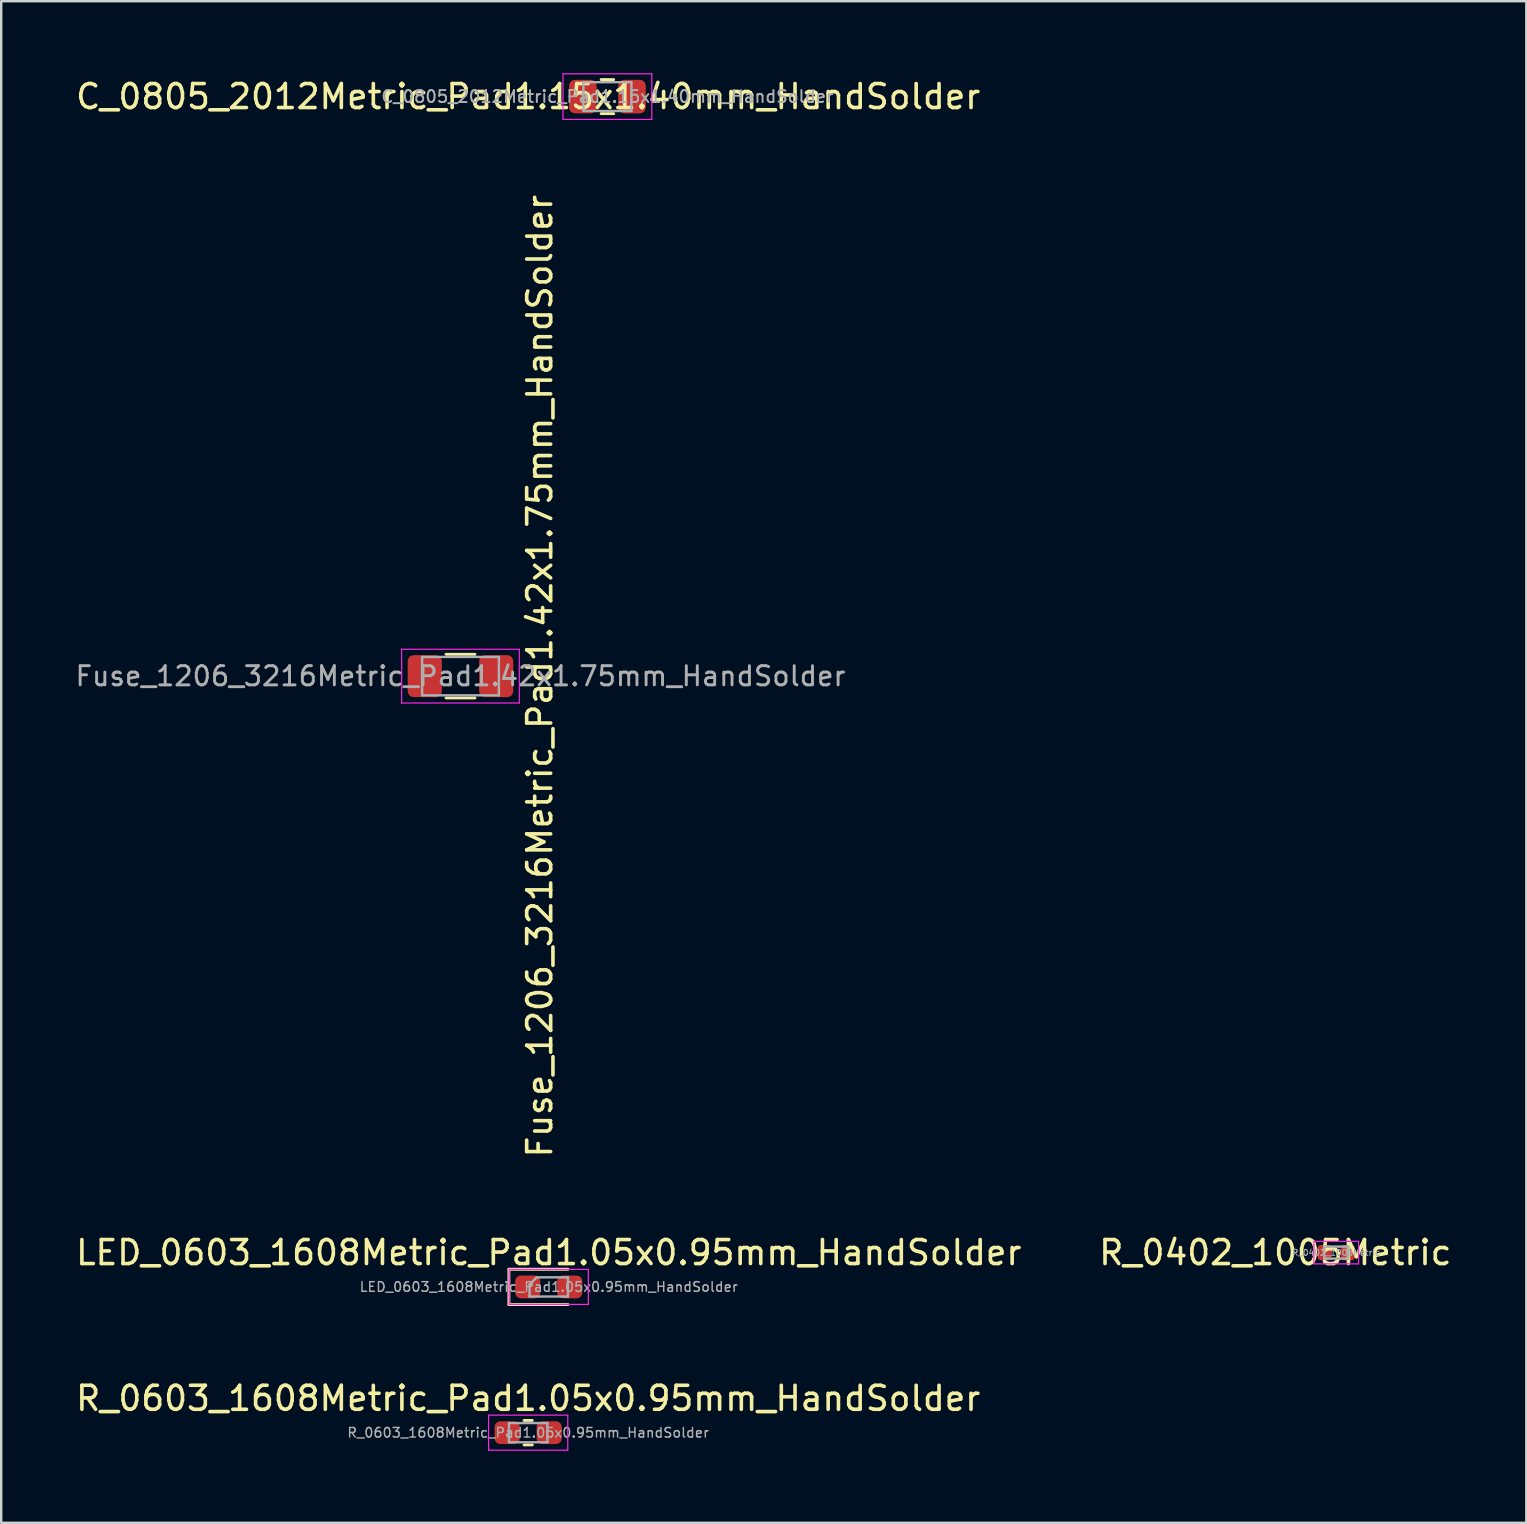
<source format=kicad_pcb>
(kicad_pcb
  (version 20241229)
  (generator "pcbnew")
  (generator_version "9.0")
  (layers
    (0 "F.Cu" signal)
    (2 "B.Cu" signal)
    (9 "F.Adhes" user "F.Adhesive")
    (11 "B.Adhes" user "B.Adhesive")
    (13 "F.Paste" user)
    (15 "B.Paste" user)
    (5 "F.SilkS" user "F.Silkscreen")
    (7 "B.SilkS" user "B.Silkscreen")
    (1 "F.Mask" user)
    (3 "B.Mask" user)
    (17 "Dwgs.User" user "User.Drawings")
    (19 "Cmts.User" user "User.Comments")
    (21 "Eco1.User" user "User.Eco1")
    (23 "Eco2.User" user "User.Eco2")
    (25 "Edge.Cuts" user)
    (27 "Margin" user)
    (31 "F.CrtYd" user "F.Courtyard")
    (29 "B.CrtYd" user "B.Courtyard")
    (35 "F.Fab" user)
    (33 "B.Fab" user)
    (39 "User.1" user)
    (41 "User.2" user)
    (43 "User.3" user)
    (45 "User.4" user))
  (footprint "Fuse_1206_3216Metric_Pad1.42x1.75mm_HandSolder"
    (layer "F.Cu")
    (at 16.138 25.123)
    (property "Reference" "Fuse_1206_3216Metric_Pad1.42x1.75mm_HandSolder" (at 3.302 0 90) (layer "F.SilkS") (effects (font (size 1 1) (thickness 0.15))))
    (attr smd)
    (fp_line (start -0.602 -0.91) (end 0.602 -0.91) (stroke (width 0.12) (type solid)) (layer "F.SilkS"))
    (fp_line (start -0.602 0.91) (end 0.602 0.91) (stroke (width 0.12) (type solid)) (layer "F.SilkS"))
    (fp_line (start -2.45 -1.12) (end 2.45 -1.12) (stroke (width 0.05) (type solid)) (layer "F.CrtYd"))
    (fp_line (start -2.45 1.12) (end -2.45 -1.12) (stroke (width 0.05) (type solid)) (layer "F.CrtYd"))
    (fp_line (start 2.45 -1.12) (end 2.45 1.12) (stroke (width 0.05) (type solid)) (layer "F.CrtYd"))
    (fp_line (start 2.45 1.12) (end -2.45 1.12) (stroke (width 0.05) (type solid)) (layer "F.CrtYd"))
    (fp_line (start -1.6 -0.8) (end 1.6 -0.8) (stroke (width 0.1) (type solid)) (layer "F.Fab"))
    (fp_line (start -1.6 0.8) (end -1.6 -0.8) (stroke (width 0.1) (type solid)) (layer "F.Fab"))
    (fp_line (start 1.6 -0.8) (end 1.6 0.8) (stroke (width 0.1) (type solid)) (layer "F.Fab"))
    (fp_line (start 1.6 0.8) (end -1.6 0.8) (stroke (width 0.1) (type solid)) (layer "F.Fab"))
    (fp_text user "${REFERENCE}" (at 0 0 0) (layer "F.Fab") (effects (font (size 0.8 0.8) (thickness 0.12))))
    (pad "1" smd roundrect (at -1.488 0) (size 1.425 1.75) (layers "F.Cu" "F.Mask" "F.Paste") (roundrect_rratio 0.175))
    (pad "2" smd roundrect (at 1.488 0) (size 1.425 1.75) (layers "F.Cu" "F.Mask" "F.Paste") (roundrect_rratio 0.175)))
  (footprint "C_0805_2012Metric_Pad1.15x1.40mm_HandSolder"
    (layer "F.Cu")
    (at 22.26 0.975)
    (property "Reference" "C_0805_2012Metric_Pad1.15x1.40mm_HandSolder" (at -3.302 0 0) (layer "F.SilkS") (effects (font (size 1 1) (thickness 0.15))))
    (attr smd)
    (fp_line (start -0.261 -0.71) (end 0.261 -0.71) (stroke (width 0.12) (type solid)) (layer "F.SilkS"))
    (fp_line (start -0.261 0.71) (end 0.261 0.71) (stroke (width 0.12) (type solid)) (layer "F.SilkS"))
    (fp_line (start -1.85 -0.95) (end 1.85 -0.95) (stroke (width 0.05) (type solid)) (layer "F.CrtYd"))
    (fp_line (start -1.85 0.95) (end -1.85 -0.95) (stroke (width 0.05) (type solid)) (layer "F.CrtYd"))
    (fp_line (start 1.85 -0.95) (end 1.85 0.95) (stroke (width 0.05) (type solid)) (layer "F.CrtYd"))
    (fp_line (start 1.85 0.95) (end -1.85 0.95) (stroke (width 0.05) (type solid)) (layer "F.CrtYd"))
    (fp_line (start -1 -0.6) (end 1 -0.6) (stroke (width 0.1) (type solid)) (layer "F.Fab"))
    (fp_line (start -1 0.6) (end -1 -0.6) (stroke (width 0.1) (type solid)) (layer "F.Fab"))
    (fp_line (start 1 -0.6) (end 1 0.6) (stroke (width 0.1) (type solid)) (layer "F.Fab"))
    (fp_line (start 1 0.6) (end -1 0.6) (stroke (width 0.1) (type solid)) (layer "F.Fab"))
    (fp_text user "${REFERENCE}" (at 0 0 0) (layer "F.Fab") (effects (font (size 0.5 0.5) (thickness 0.08))))
    (pad "1" smd roundrect (at -1.025 0) (size 1.15 1.4) (layers "F.Cu" "F.Mask" "F.Paste") (roundrect_rratio 0.217))
    (pad "2" smd roundrect (at 1.025 0) (size 1.15 1.4) (layers "F.Cu" "F.Mask" "F.Paste") (roundrect_rratio 0.217)))
  (footprint "LED_0603_1608Metric_Pad1.05x0.95mm_HandSolder"
    (layer "F.Cu")
    (at 19.815 50.573)
    (property "Reference" "LED_0603_1608Metric_Pad1.05x0.95mm_HandSolder" (at 0 -1.43 180) (layer "F.SilkS") (effects (font (size 1 1) (thickness 0.15))))
    (attr smd)
    (fp_line (start -1.66 -0.735) (end -1.66 0.735) (stroke (width 0.12) (type solid)) (layer "F.SilkS"))
    (fp_line (start -1.66 0.735) (end 0.8 0.735) (stroke (width 0.12) (type solid)) (layer "F.SilkS"))
    (fp_line (start 0.8 -0.735) (end -1.66 -0.735) (stroke (width 0.12) (type solid)) (layer "F.SilkS"))
    (fp_line (start -1.65 -0.73) (end 1.65 -0.73) (stroke (width 0.05) (type solid)) (layer "F.CrtYd"))
    (fp_line (start -1.65 0.73) (end -1.65 -0.73) (stroke (width 0.05) (type solid)) (layer "F.CrtYd"))
    (fp_line (start 1.65 -0.73) (end 1.65 0.73) (stroke (width 0.05) (type solid)) (layer "F.CrtYd"))
    (fp_line (start 1.65 0.73) (end -1.65 0.73) (stroke (width 0.05) (type solid)) (layer "F.CrtYd"))
    (fp_line (start -0.8 -0.1) (end -0.8 0.4) (stroke (width 0.1) (type solid)) (layer "F.Fab"))
    (fp_line (start -0.8 0.4) (end 0.8 0.4) (stroke (width 0.1) (type solid)) (layer "F.Fab"))
    (fp_line (start -0.5 -0.4) (end -0.8 -0.1) (stroke (width 0.1) (type solid)) (layer "F.Fab"))
    (fp_line (start 0.8 -0.4) (end -0.5 -0.4) (stroke (width 0.1) (type solid)) (layer "F.Fab"))
    (fp_line (start 0.8 0.4) (end 0.8 -0.4) (stroke (width 0.1) (type solid)) (layer "F.Fab"))
    (fp_text user "${REFERENCE}" (at 0 0 180) (layer "F.Fab") (effects (font (size 0.4 0.4) (thickness 0.06))))
    (pad "1" smd roundrect (at -0.875 0) (size 1.05 0.95) (layers "F.Cu" "F.Mask" "F.Paste") (roundrect_rratio 0.25))
    (pad "2" smd roundrect (at 0.875 0) (size 1.05 0.95) (layers "F.Cu" "F.Mask" "F.Paste") (roundrect_rratio 0.25)))
  (footprint "R_0603_1608Metric_Pad1.05x0.95mm_HandSolder"
    (layer "F.Cu")
    (at 18.958 56.647)
    (property "Reference" "R_0603_1608Metric_Pad1.05x0.95mm_HandSolder" (at 0 -1.43 180) (layer "F.SilkS") (effects (font (size 1 1) (thickness 0.15))))
    (attr smd)
    (fp_line (start -0.171 -0.51) (end 0.171 -0.51) (stroke (width 0.12) (type solid)) (layer "F.SilkS"))
    (fp_line (start -0.171 0.51) (end 0.171 0.51) (stroke (width 0.12) (type solid)) (layer "F.SilkS"))
    (fp_line (start -1.65 -0.73) (end 1.65 -0.73) (stroke (width 0.05) (type solid)) (layer "F.CrtYd"))
    (fp_line (start -1.65 0.73) (end -1.65 -0.73) (stroke (width 0.05) (type solid)) (layer "F.CrtYd"))
    (fp_line (start 1.65 -0.73) (end 1.65 0.73) (stroke (width 0.05) (type solid)) (layer "F.CrtYd"))
    (fp_line (start 1.65 0.73) (end -1.65 0.73) (stroke (width 0.05) (type solid)) (layer "F.CrtYd"))
    (fp_line (start -0.8 -0.4) (end 0.8 -0.4) (stroke (width 0.1) (type solid)) (layer "F.Fab"))
    (fp_line (start -0.8 0.4) (end -0.8 -0.4) (stroke (width 0.1) (type solid)) (layer "F.Fab"))
    (fp_line (start 0.8 -0.4) (end 0.8 0.4) (stroke (width 0.1) (type solid)) (layer "F.Fab"))
    (fp_line (start 0.8 0.4) (end -0.8 0.4) (stroke (width 0.1) (type solid)) (layer "F.Fab"))
    (fp_text user "${REFERENCE}" (at 0 0 180) (layer "F.Fab") (effects (font (size 0.4 0.4) (thickness 0.06))))
    (pad "1" smd roundrect (at -0.875 0) (size 1.05 0.95) (layers "F.Cu" "F.Mask" "F.Paste") (roundrect_rratio 0.25))
    (pad "2" smd roundrect (at 0.875 0) (size 1.05 0.95) (layers "F.Cu" "F.Mask" "F.Paste") (roundrect_rratio 0.25)))
  (footprint "R_0402_1005Metric"
    (layer "F.Cu")
    (at 52.629 49.143)
    (property "Reference" "R_0402_1005Metric" (at -2.54 0 180) (layer "F.SilkS") (effects (font (size 1 1) (thickness 0.15))))
    (attr smd)
    (fp_line (start -0.93 -0.47) (end 0.93 -0.47) (stroke (width 0.05) (type solid)) (layer "F.CrtYd"))
    (fp_line (start -0.93 0.47) (end -0.93 -0.47) (stroke (width 0.05) (type solid)) (layer "F.CrtYd"))
    (fp_line (start 0.93 -0.47) (end 0.93 0.47) (stroke (width 0.05) (type solid)) (layer "F.CrtYd"))
    (fp_line (start 0.93 0.47) (end -0.93 0.47) (stroke (width 0.05) (type solid)) (layer "F.CrtYd"))
    (fp_line (start -0.5 -0.25) (end 0.5 -0.25) (stroke (width 0.1) (type solid)) (layer "F.Fab"))
    (fp_line (start -0.5 0.25) (end -0.5 -0.25) (stroke (width 0.1) (type solid)) (layer "F.Fab"))
    (fp_line (start 0.5 -0.25) (end 0.5 0.25) (stroke (width 0.1) (type solid)) (layer "F.Fab"))
    (fp_line (start 0.5 0.25) (end -0.5 0.25) (stroke (width 0.1) (type solid)) (layer "F.Fab"))
    (fp_text user "${REFERENCE}" (at 0 0 180) (layer "F.Fab") (effects (font (size 0.25 0.25) (thickness 0.04))))
    (pad "1" smd roundrect (at -0.485 0) (size 0.59 0.64) (layers "F.Cu" "F.Mask" "F.Paste") (roundrect_rratio 0.25))
    (pad "2" smd roundrect (at 0.485 0) (size 0.59 0.64) (layers "F.Cu" "F.Mask" "F.Paste") (roundrect_rratio 0.25)))
  (gr_rect
    (start -3 -3)
    (end 60.548 60.402)
    (stroke (width 0.1) (type default))
    (fill no)
    (layer "Edge.Cuts")))
</source>
